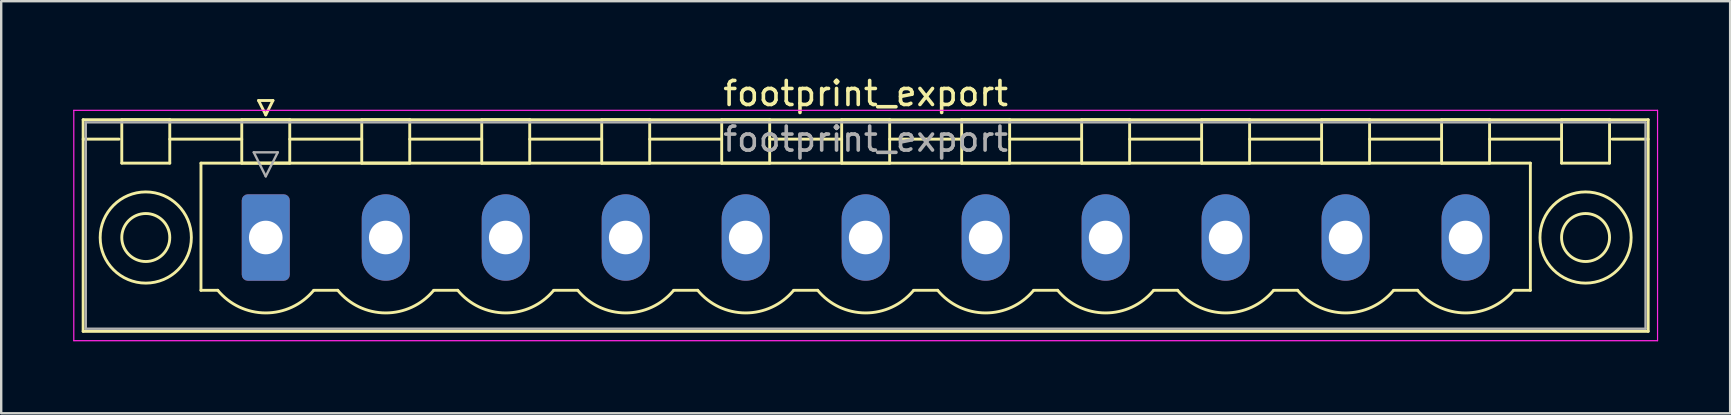
<source format=kicad_pcb>
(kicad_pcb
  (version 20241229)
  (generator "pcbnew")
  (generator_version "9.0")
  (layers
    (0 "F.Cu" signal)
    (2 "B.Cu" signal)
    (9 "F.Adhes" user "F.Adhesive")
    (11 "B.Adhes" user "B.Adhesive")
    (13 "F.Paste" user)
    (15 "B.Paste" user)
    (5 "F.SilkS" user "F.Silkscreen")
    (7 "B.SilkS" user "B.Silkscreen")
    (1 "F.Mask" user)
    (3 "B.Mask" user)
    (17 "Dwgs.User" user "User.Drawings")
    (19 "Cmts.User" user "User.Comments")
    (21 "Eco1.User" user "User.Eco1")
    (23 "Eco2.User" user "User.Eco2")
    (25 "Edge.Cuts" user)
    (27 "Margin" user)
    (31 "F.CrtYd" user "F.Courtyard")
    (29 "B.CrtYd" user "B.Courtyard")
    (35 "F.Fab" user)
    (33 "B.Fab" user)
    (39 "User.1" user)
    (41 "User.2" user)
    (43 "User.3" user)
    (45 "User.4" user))
  (footprint "footprint_export"
    (layer "F.Cu")
    (at 8.025 6.848)
    (property "Reference" "footprint_export" (at 25 -6 0) (layer "F.SilkS") (effects (font (size 1 1) (thickness 0.15))))
    (attr through_hole)
    (fp_line (start -7.61 -4.91) (end -7.61 3.91) (stroke (width 0.12) (type solid)) (layer "F.SilkS"))
    (fp_line (start -7.61 -4.1) (end -6.11 -4.1) (stroke (width 0.12) (type solid)) (layer "F.SilkS"))
    (fp_line (start -7.61 3.91) (end 57.61 3.91) (stroke (width 0.12) (type solid)) (layer "F.SilkS"))
    (fp_line (start -6 -4.91) (end -4 -4.91) (stroke (width 0.12) (type solid)) (layer "F.SilkS"))
    (fp_line (start -6 -3.1) (end -6 -4.91) (stroke (width 0.12) (type solid)) (layer "F.SilkS"))
    (fp_line (start -4 -4.91) (end -4 -3.1) (stroke (width 0.12) (type solid)) (layer "F.SilkS"))
    (fp_line (start -4 -4.1) (end -1 -4.1) (stroke (width 0.12) (type solid)) (layer "F.SilkS"))
    (fp_line (start -4 -3.1) (end -6 -3.1) (stroke (width 0.12) (type solid)) (layer "F.SilkS"))
    (fp_line (start -2.7 -3.1) (end 52.7 -3.1) (stroke (width 0.12) (type solid)) (layer "F.SilkS"))
    (fp_line (start -2.7 2.2) (end -2.7 -3.1) (stroke (width 0.12) (type solid)) (layer "F.SilkS"))
    (fp_line (start -2 2.2) (end -2.7 2.2) (stroke (width 0.12) (type solid)) (layer "F.SilkS"))
    (fp_line (start -1 -4.91) (end 1 -4.91) (stroke (width 0.12) (type solid)) (layer "F.SilkS"))
    (fp_line (start -1 -3.1) (end -1 -4.91) (stroke (width 0.12) (type solid)) (layer "F.SilkS"))
    (fp_line (start -0.3 -5.71) (end 0.3 -5.71) (stroke (width 0.12) (type solid)) (layer "F.SilkS"))
    (fp_line (start 0 -5.11) (end -0.3 -5.71) (stroke (width 0.12) (type solid)) (layer "F.SilkS"))
    (fp_line (start 0.3 -5.71) (end 0 -5.11) (stroke (width 0.12) (type solid)) (layer "F.SilkS"))
    (fp_line (start 1 -4.91) (end 1 -3.1) (stroke (width 0.12) (type solid)) (layer "F.SilkS"))
    (fp_line (start 1 -4.1) (end 4 -4.1) (stroke (width 0.12) (type solid)) (layer "F.SilkS"))
    (fp_line (start 1 -3.1) (end -1 -3.1) (stroke (width 0.12) (type solid)) (layer "F.SilkS"))
    (fp_line (start 2 2.2) (end 3 2.2) (stroke (width 0.12) (type solid)) (layer "F.SilkS"))
    (fp_line (start 4 -4.91) (end 6 -4.91) (stroke (width 0.12) (type solid)) (layer "F.SilkS"))
    (fp_line (start 4 -3.1) (end 4 -4.91) (stroke (width 0.12) (type solid)) (layer "F.SilkS"))
    (fp_line (start 6 -4.91) (end 6 -3.1) (stroke (width 0.12) (type solid)) (layer "F.SilkS"))
    (fp_line (start 6 -4.1) (end 9 -4.1) (stroke (width 0.12) (type solid)) (layer "F.SilkS"))
    (fp_line (start 6 -3.1) (end 4 -3.1) (stroke (width 0.12) (type solid)) (layer "F.SilkS"))
    (fp_line (start 7 2.2) (end 8 2.2) (stroke (width 0.12) (type solid)) (layer "F.SilkS"))
    (fp_line (start 9 -4.91) (end 11 -4.91) (stroke (width 0.12) (type solid)) (layer "F.SilkS"))
    (fp_line (start 9 -3.1) (end 9 -4.91) (stroke (width 0.12) (type solid)) (layer "F.SilkS"))
    (fp_line (start 11 -4.91) (end 11 -3.1) (stroke (width 0.12) (type solid)) (layer "F.SilkS"))
    (fp_line (start 11 -4.1) (end 14 -4.1) (stroke (width 0.12) (type solid)) (layer "F.SilkS"))
    (fp_line (start 11 -3.1) (end 9 -3.1) (stroke (width 0.12) (type solid)) (layer "F.SilkS"))
    (fp_line (start 12 2.2) (end 13 2.2) (stroke (width 0.12) (type solid)) (layer "F.SilkS"))
    (fp_line (start 14 -4.91) (end 16 -4.91) (stroke (width 0.12) (type solid)) (layer "F.SilkS"))
    (fp_line (start 14 -3.1) (end 14 -4.91) (stroke (width 0.12) (type solid)) (layer "F.SilkS"))
    (fp_line (start 16 -4.91) (end 16 -3.1) (stroke (width 0.12) (type solid)) (layer "F.SilkS"))
    (fp_line (start 16 -4.1) (end 19 -4.1) (stroke (width 0.12) (type solid)) (layer "F.SilkS"))
    (fp_line (start 16 -3.1) (end 14 -3.1) (stroke (width 0.12) (type solid)) (layer "F.SilkS"))
    (fp_line (start 17 2.2) (end 18 2.2) (stroke (width 0.12) (type solid)) (layer "F.SilkS"))
    (fp_line (start 19 -4.91) (end 21 -4.91) (stroke (width 0.12) (type solid)) (layer "F.SilkS"))
    (fp_line (start 19 -3.1) (end 19 -4.91) (stroke (width 0.12) (type solid)) (layer "F.SilkS"))
    (fp_line (start 21 -4.91) (end 21 -3.1) (stroke (width 0.12) (type solid)) (layer "F.SilkS"))
    (fp_line (start 21 -4.1) (end 24 -4.1) (stroke (width 0.12) (type solid)) (layer "F.SilkS"))
    (fp_line (start 21 -3.1) (end 19 -3.1) (stroke (width 0.12) (type solid)) (layer "F.SilkS"))
    (fp_line (start 22 2.2) (end 23 2.2) (stroke (width 0.12) (type solid)) (layer "F.SilkS"))
    (fp_line (start 24 -4.91) (end 26 -4.91) (stroke (width 0.12) (type solid)) (layer "F.SilkS"))
    (fp_line (start 24 -3.1) (end 24 -4.91) (stroke (width 0.12) (type solid)) (layer "F.SilkS"))
    (fp_line (start 26 -4.91) (end 26 -3.1) (stroke (width 0.12) (type solid)) (layer "F.SilkS"))
    (fp_line (start 26 -4.1) (end 29 -4.1) (stroke (width 0.12) (type solid)) (layer "F.SilkS"))
    (fp_line (start 26 -3.1) (end 24 -3.1) (stroke (width 0.12) (type solid)) (layer "F.SilkS"))
    (fp_line (start 27 2.2) (end 28 2.2) (stroke (width 0.12) (type solid)) (layer "F.SilkS"))
    (fp_line (start 29 -4.91) (end 31 -4.91) (stroke (width 0.12) (type solid)) (layer "F.SilkS"))
    (fp_line (start 29 -3.1) (end 29 -4.91) (stroke (width 0.12) (type solid)) (layer "F.SilkS"))
    (fp_line (start 31 -4.91) (end 31 -3.1) (stroke (width 0.12) (type solid)) (layer "F.SilkS"))
    (fp_line (start 31 -4.1) (end 34 -4.1) (stroke (width 0.12) (type solid)) (layer "F.SilkS"))
    (fp_line (start 31 -3.1) (end 29 -3.1) (stroke (width 0.12) (type solid)) (layer "F.SilkS"))
    (fp_line (start 32 2.2) (end 33 2.2) (stroke (width 0.12) (type solid)) (layer "F.SilkS"))
    (fp_line (start 34 -4.91) (end 36 -4.91) (stroke (width 0.12) (type solid)) (layer "F.SilkS"))
    (fp_line (start 34 -3.1) (end 34 -4.91) (stroke (width 0.12) (type solid)) (layer "F.SilkS"))
    (fp_line (start 36 -4.91) (end 36 -3.1) (stroke (width 0.12) (type solid)) (layer "F.SilkS"))
    (fp_line (start 36 -4.1) (end 39 -4.1) (stroke (width 0.12) (type solid)) (layer "F.SilkS"))
    (fp_line (start 36 -3.1) (end 34 -3.1) (stroke (width 0.12) (type solid)) (layer "F.SilkS"))
    (fp_line (start 37 2.2) (end 38 2.2) (stroke (width 0.12) (type solid)) (layer "F.SilkS"))
    (fp_line (start 39 -4.91) (end 41 -4.91) (stroke (width 0.12) (type solid)) (layer "F.SilkS"))
    (fp_line (start 39 -3.1) (end 39 -4.91) (stroke (width 0.12) (type solid)) (layer "F.SilkS"))
    (fp_line (start 41 -4.91) (end 41 -3.1) (stroke (width 0.12) (type solid)) (layer "F.SilkS"))
    (fp_line (start 41 -4.1) (end 44 -4.1) (stroke (width 0.12) (type solid)) (layer "F.SilkS"))
    (fp_line (start 41 -3.1) (end 39 -3.1) (stroke (width 0.12) (type solid)) (layer "F.SilkS"))
    (fp_line (start 42 2.2) (end 43 2.2) (stroke (width 0.12) (type solid)) (layer "F.SilkS"))
    (fp_line (start 44 -4.91) (end 46 -4.91) (stroke (width 0.12) (type solid)) (layer "F.SilkS"))
    (fp_line (start 44 -3.1) (end 44 -4.91) (stroke (width 0.12) (type solid)) (layer "F.SilkS"))
    (fp_line (start 46 -4.91) (end 46 -3.1) (stroke (width 0.12) (type solid)) (layer "F.SilkS"))
    (fp_line (start 46 -4.1) (end 49 -4.1) (stroke (width 0.12) (type solid)) (layer "F.SilkS"))
    (fp_line (start 46 -3.1) (end 44 -3.1) (stroke (width 0.12) (type solid)) (layer "F.SilkS"))
    (fp_line (start 47 2.2) (end 48 2.2) (stroke (width 0.12) (type solid)) (layer "F.SilkS"))
    (fp_line (start 49 -4.91) (end 51 -4.91) (stroke (width 0.12) (type solid)) (layer "F.SilkS"))
    (fp_line (start 49 -3.1) (end 49 -4.91) (stroke (width 0.12) (type solid)) (layer "F.SilkS"))
    (fp_line (start 51 -4.91) (end 51 -3.1) (stroke (width 0.12) (type solid)) (layer "F.SilkS"))
    (fp_line (start 51 -4.1) (end 54 -4.1) (stroke (width 0.12) (type solid)) (layer "F.SilkS"))
    (fp_line (start 51 -3.1) (end 49 -3.1) (stroke (width 0.12) (type solid)) (layer "F.SilkS"))
    (fp_line (start 52.7 -3.1) (end 52.7 2.2) (stroke (width 0.12) (type solid)) (layer "F.SilkS"))
    (fp_line (start 52.7 2.2) (end 52 2.2) (stroke (width 0.12) (type solid)) (layer "F.SilkS"))
    (fp_line (start 54 -4.91) (end 56 -4.91) (stroke (width 0.12) (type solid)) (layer "F.SilkS"))
    (fp_line (start 54 -3.1) (end 54 -4.91) (stroke (width 0.12) (type solid)) (layer "F.SilkS"))
    (fp_line (start 56 -4.91) (end 56 -3.1) (stroke (width 0.12) (type solid)) (layer "F.SilkS"))
    (fp_line (start 56 -3.1) (end 54 -3.1) (stroke (width 0.12) (type solid)) (layer "F.SilkS"))
    (fp_line (start 57.61 -4.91) (end -7.61 -4.91) (stroke (width 0.12) (type solid)) (layer "F.SilkS"))
    (fp_line (start 57.61 -4.1) (end 56.11 -4.1) (stroke (width 0.12) (type solid)) (layer "F.SilkS"))
    (fp_line (start 57.61 3.91) (end 57.61 -4.91) (stroke (width 0.12) (type solid)) (layer "F.SilkS"))
    (fp_arc (start 1.986842 2.215821) (mid -0.010289 3.142758) (end -2 2.2) (stroke (width 0.12) (type solid)) (layer "F.SilkS"))
    (fp_arc (start 6.986842 2.215821) (mid 4.989711 3.142758) (end 3 2.2) (stroke (width 0.12) (type solid)) (layer "F.SilkS"))
    (fp_arc (start 11.986842 2.215821) (mid 9.989711 3.142758) (end 8 2.2) (stroke (width 0.12) (type solid)) (layer "F.SilkS"))
    (fp_arc (start 16.986842 2.215821) (mid 14.989711 3.142758) (end 13 2.2) (stroke (width 0.12) (type solid)) (layer "F.SilkS"))
    (fp_arc (start 21.986842 2.215821) (mid 19.989711 3.142758) (end 18 2.2) (stroke (width 0.12) (type solid)) (layer "F.SilkS"))
    (fp_arc (start 26.986842 2.215821) (mid 24.989711 3.142758) (end 23 2.2) (stroke (width 0.12) (type solid)) (layer "F.SilkS"))
    (fp_arc (start 31.986842 2.215821) (mid 29.989711 3.142758) (end 28 2.2) (stroke (width 0.12) (type solid)) (layer "F.SilkS"))
    (fp_arc (start 36.986842 2.215821) (mid 34.989711 3.142758) (end 33 2.2) (stroke (width 0.12) (type solid)) (layer "F.SilkS"))
    (fp_arc (start 41.986842 2.215821) (mid 39.989711 3.142758) (end 38 2.2) (stroke (width 0.12) (type solid)) (layer "F.SilkS"))
    (fp_arc (start 46.986842 2.215821) (mid 44.989711 3.142758) (end 43 2.2) (stroke (width 0.12) (type solid)) (layer "F.SilkS"))
    (fp_arc (start 51.986842 2.215821) (mid 49.989711 3.142758) (end 48 2.2) (stroke (width 0.12) (type solid)) (layer "F.SilkS"))
    (fp_circle (center -5 0) (end -4 0) (stroke (width 0.12) (type solid)) (fill no) (layer "F.SilkS"))
    (fp_circle (center -5 0) (end -3.1 0) (stroke (width 0.12) (type solid)) (fill no) (layer "F.SilkS"))
    (fp_circle (center 55 0) (end 56 0) (stroke (width 0.12) (type solid)) (fill no) (layer "F.SilkS"))
    (fp_circle (center 55 0) (end 56.9 0) (stroke (width 0.12) (type solid)) (fill no) (layer "F.SilkS"))
    (fp_line (start -8 -5.3) (end -8 4.3) (stroke (width 0.05) (type solid)) (layer "F.CrtYd"))
    (fp_line (start -8 4.3) (end 58 4.3) (stroke (width 0.05) (type solid)) (layer "F.CrtYd"))
    (fp_line (start 58 -5.3) (end -8 -5.3) (stroke (width 0.05) (type solid)) (layer "F.CrtYd"))
    (fp_line (start 58 4.3) (end 58 -5.3) (stroke (width 0.05) (type solid)) (layer "F.CrtYd"))
    (fp_line (start -7.5 -4.8) (end -7.5 3.8) (stroke (width 0.1) (type solid)) (layer "F.Fab"))
    (fp_line (start -7.5 3.8) (end 57.5 3.8) (stroke (width 0.1) (type solid)) (layer "F.Fab"))
    (fp_line (start -0.5 -3.55) (end 0.5 -3.55) (stroke (width 0.1) (type solid)) (layer "F.Fab"))
    (fp_line (start 0 -2.55) (end -0.5 -3.55) (stroke (width 0.1) (type solid)) (layer "F.Fab"))
    (fp_line (start 0.5 -3.55) (end 0 -2.55) (stroke (width 0.1) (type solid)) (layer "F.Fab"))
    (fp_line (start 57.5 -4.8) (end -7.5 -4.8) (stroke (width 0.1) (type solid)) (layer "F.Fab"))
    (fp_line (start 57.5 3.8) (end 57.5 -4.8) (stroke (width 0.1) (type solid)) (layer "F.Fab"))
    (fp_text user "${REFERENCE}" (at 25 -4.1 0) (layer "F.Fab") (effects (font (size 1 1) (thickness 0.15))))
    (pad "1" thru_hole roundrect (at 0 0) (size 2 3.6) (drill 1.4) (layers "*.Cu" "*.Mask") (roundrect_rratio 0.125))
    (pad "2" thru_hole oval (at 5 0) (size 2 3.6) (drill 1.4) (layers "*.Cu" "*.Mask"))
    (pad "3" thru_hole oval (at 10 0) (size 2 3.6) (drill 1.4) (layers "*.Cu" "*.Mask"))
    (pad "4" thru_hole oval (at 15 0) (size 2 3.6) (drill 1.4) (layers "*.Cu" "*.Mask"))
    (pad "5" thru_hole oval (at 20 0) (size 2 3.6) (drill 1.4) (layers "*.Cu" "*.Mask"))
    (pad "6" thru_hole oval (at 25 0) (size 2 3.6) (drill 1.4) (layers "*.Cu" "*.Mask"))
    (pad "7" thru_hole oval (at 30 0) (size 2 3.6) (drill 1.4) (layers "*.Cu" "*.Mask"))
    (pad "8" thru_hole oval (at 35 0) (size 2 3.6) (drill 1.4) (layers "*.Cu" "*.Mask"))
    (pad "9" thru_hole oval (at 40 0) (size 2 3.6) (drill 1.4) (layers "*.Cu" "*.Mask"))
    (pad "10" thru_hole oval (at 45 0) (size 2 3.6) (drill 1.4) (layers "*.Cu" "*.Mask"))
    (pad "11" thru_hole oval (at 50 0) (size 2 3.6) (drill 1.4) (layers "*.Cu" "*.Mask")))
  (gr_rect
    (start -3 -3)
    (end 69.05 14.173)
    (stroke (width 0.1) (type default))
    (fill no)
    (layer "Edge.Cuts")))
</source>
